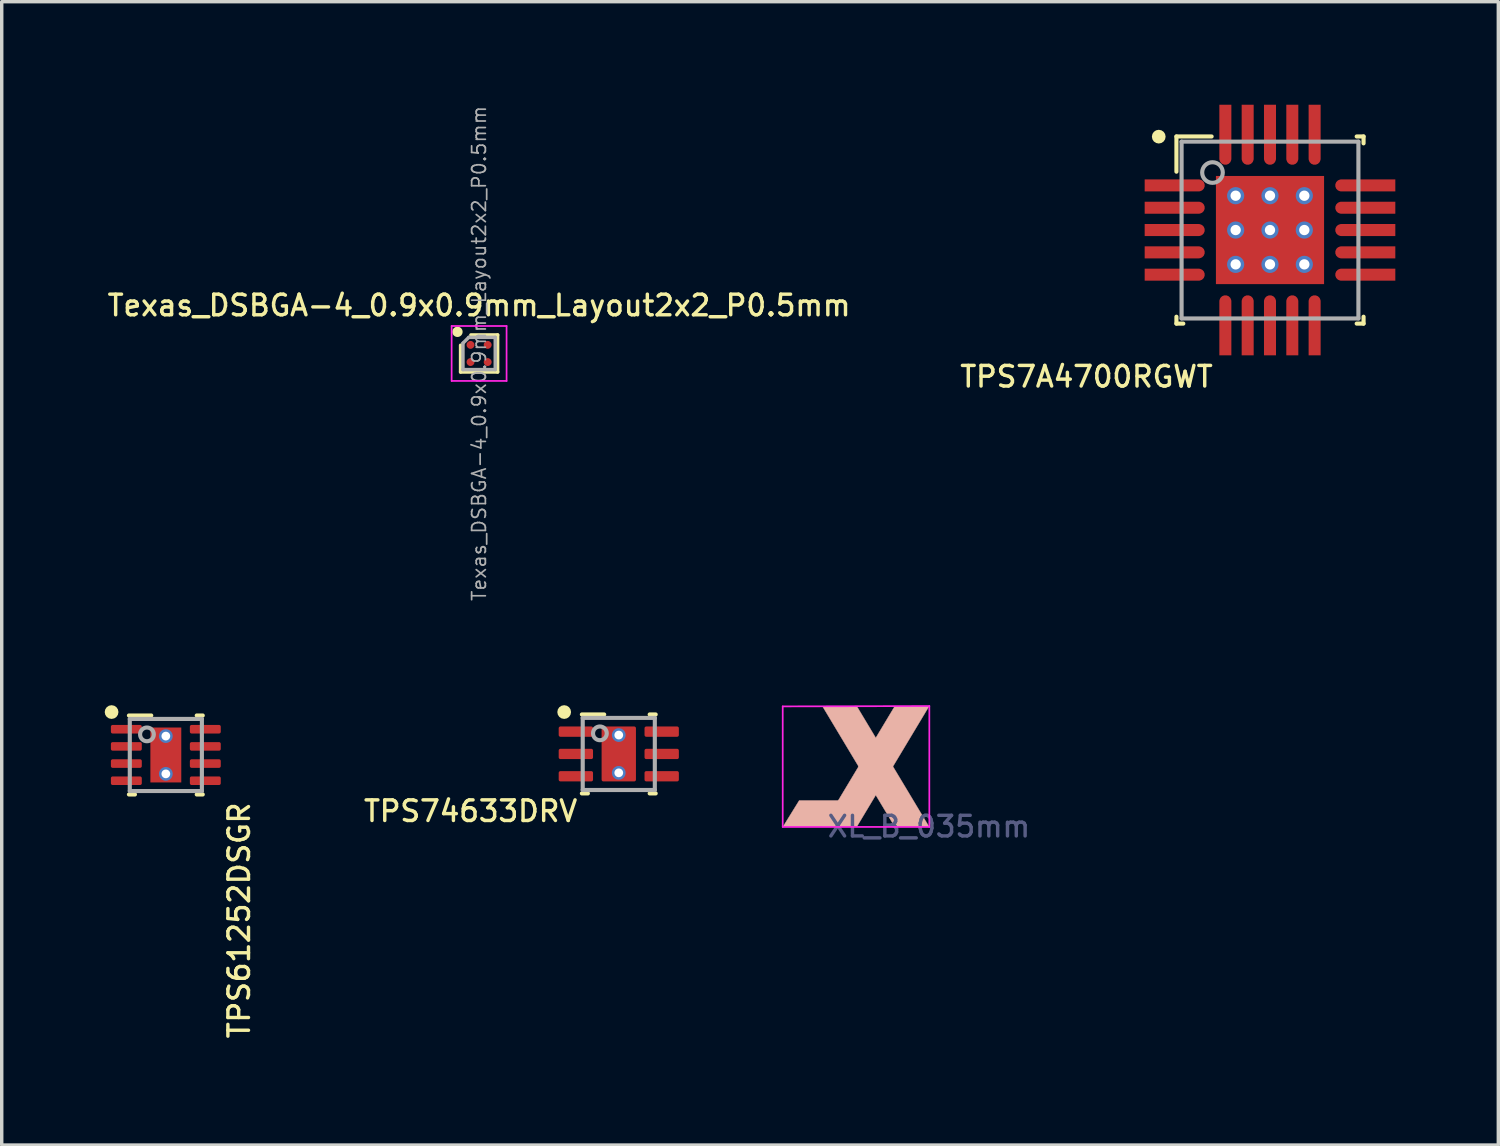
<source format=kicad_pcb>
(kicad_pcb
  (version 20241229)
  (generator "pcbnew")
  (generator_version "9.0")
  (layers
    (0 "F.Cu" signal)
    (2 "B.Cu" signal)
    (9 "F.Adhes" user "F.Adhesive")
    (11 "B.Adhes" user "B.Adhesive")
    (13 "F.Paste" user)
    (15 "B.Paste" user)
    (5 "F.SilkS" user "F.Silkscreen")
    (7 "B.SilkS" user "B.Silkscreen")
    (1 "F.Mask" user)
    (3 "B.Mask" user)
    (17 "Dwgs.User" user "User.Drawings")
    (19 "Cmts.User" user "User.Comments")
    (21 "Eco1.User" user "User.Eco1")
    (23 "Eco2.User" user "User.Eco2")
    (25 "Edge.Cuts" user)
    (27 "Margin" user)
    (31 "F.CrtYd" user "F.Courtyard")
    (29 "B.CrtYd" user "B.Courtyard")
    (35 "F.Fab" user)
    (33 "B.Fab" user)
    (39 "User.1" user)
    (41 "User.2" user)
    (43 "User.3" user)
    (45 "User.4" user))
  (footprint "TPS74633DRV"
    (layer "F.Cu")
    (at 14.972 18.909)
    (property "Reference" "TPS74633DRV" (at -1.15 1.665 180) (layer "F.SilkS") (effects (font (size 0.6 0.6) (thickness 0.1)) (justify right)))
    (attr through_hole)
    (fp_line (start -1.075 -1.15) (end -0.425 -1.15) (stroke (width 0.12) (type solid)) (layer "F.SilkS"))
    (fp_line (start -1.075 1.15) (end -0.9 1.15) (stroke (width 0.12) (type solid)) (layer "F.SilkS"))
    (fp_line (start 0.9 -1.15) (end 1.075 -1.15) (stroke (width 0.12) (type solid)) (layer "F.SilkS"))
    (fp_line (start 0.9 1.15) (end 1.075 1.15) (stroke (width 0.12) (type solid)) (layer "F.SilkS"))
    (fp_circle (center -1.59 -1.22) (end -1.49 -1.22) (stroke (width 0.2) (type solid)) (fill no) (layer "F.SilkS"))
    (fp_line (start -0.427 -0.733) (end -0.427 0.733) (stroke (width 0.152) (type solid)) (layer "F.Paste"))
    (fp_line (start -0.427 0.733) (end 0.427 0.733) (stroke (width 0.152) (type solid)) (layer "F.Paste"))
    (fp_line (start 0.427 -0.733) (end -0.427 -0.733) (stroke (width 0.152) (type solid)) (layer "F.Paste"))
    (fp_line (start 0.427 0.733) (end 0.427 -0.733) (stroke (width 0.152) (type solid)) (layer "F.Paste"))
    (fp_line (start -1.05 -1.05) (end 1.05 -1.05) (stroke (width 0.12) (type solid)) (layer "F.Fab"))
    (fp_line (start -1.05 1.05) (end -1.05 -1.05) (stroke (width 0.12) (type solid)) (layer "F.Fab"))
    (fp_line (start -1.05 1.05) (end 1.05 1.05) (stroke (width 0.12) (type solid)) (layer "F.Fab"))
    (fp_line (start 1.05 1.05) (end 1.05 -1.05) (stroke (width 0.12) (type solid)) (layer "F.Fab"))
    (fp_circle (center -0.55 -0.6) (end -0.35 -0.6) (stroke (width 0.12) (type solid)) (fill no) (layer "F.Fab"))
    (pad "1" smd roundrect (at -1.25 -0.65) (size 1 0.3) (layers "F.Cu" "F.Mask" "F.Paste") (roundrect_rratio 0.167))
    (pad "2" smd roundrect (at -1.25 0) (size 1 0.3) (layers "F.Cu" "F.Mask" "F.Paste") (roundrect_rratio 0.167))
    (pad "3" smd roundrect (at -1.25 0.65) (size 1 0.3) (layers "F.Cu" "F.Mask" "F.Paste") (roundrect_rratio 0.167))
    (pad "4" smd roundrect (at 1.25 0.65) (size 1 0.3) (layers "F.Cu" "F.Mask" "F.Paste") (roundrect_rratio 0.167))
    (pad "5" smd roundrect (at 1.25 0) (size 1 0.3) (layers "F.Cu" "F.Mask" "F.Paste") (roundrect_rratio 0.167))
    (pad "6" smd roundrect (at 1.25 -0.65) (size 1 0.3) (layers "F.Cu" "F.Mask" "F.Paste") (roundrect_rratio 0.167))
    (pad "7" thru_hole circle (at 0 -0.55) (size 0.4 0.4) (drill 0.254) (layers "*.Cu" "*.Mask"))
    (pad "7" smd roundrect (at 0 0) (size 1 1.6) (layers "F.Cu" "F.Mask" "F.Paste") (roundrect_rratio 0.05))
    (pad "7" thru_hole circle (at 0 0.55) (size 0.4 0.4) (drill 0.254) (layers "*.Cu" "*.Mask")))
  (footprint "XL_B_035mm"
    (layer "F.Cu")
    (at 24.007 21.024)
    (property "Reference" "XL_B_035mm" (at 0 0 180) (layer "B.Fab") (effects (font (size 0.6 0.6) (thickness 0.1))))
    (attr through_hole)
    (fp_poly (pts (xy -4.25 0) (xy -2.56 0) (xy -2.56 -0.76) (xy -3.78 -0.76)) (stroke (width 0.01) (type solid)) (fill yes) (layer "B.SilkS"))
    (fp_poly (pts (xy -3.1 0) (xy -2.1 0) (xy 0 -3.5) (xy -1 -3.5)) (stroke (width 0.01) (type solid)) (fill yes) (layer "B.SilkS"))
    (fp_poly (pts (xy 0 0) (xy -1 0) (xy -3.1 -3.5) (xy -2.1 -3.5)) (stroke (width 0.01) (type solid)) (fill yes) (layer "B.SilkS"))
    (fp_line (start -4.26 -3.5) (end 0.01 -3.51) (stroke (width 0.05) (type default)) (layer "F.CrtYd"))
    (fp_line (start -4.26 0.01) (end -4.26 -3.5) (stroke (width 0.05) (type default)) (layer "F.CrtYd"))
    (fp_line (start -4.26 0.01) (end 0.01 0.01) (stroke (width 0.05) (type default)) (layer "F.CrtYd"))
    (fp_line (start 0.01 0.01) (end 0.01 -3.51) (stroke (width 0.05) (type default)) (layer "F.CrtYd")))
  (footprint "Texas_DSBGA-4_0.9x0.9mm_Layout2x2_P0.5mm"
    (layer "F.Cu")
    (at 10.904 7.245)
    (property "Reference" "Texas_DSBGA-4_0.9x0.9mm_Layout2x2_P0.5mm" (at 0 -1.4 0) (layer "F.SilkS") (effects (font (size 0.6 0.6) (thickness 0.1) (bold yes))))
    (attr smd)
    (fp_line (start -0.54 -0.24) (end -0.54 0.54) (stroke (width 0.1) (type solid)) (layer "F.SilkS"))
    (fp_line (start -0.54 0.54) (end 0.54 0.54) (stroke (width 0.1) (type solid)) (layer "F.SilkS"))
    (fp_line (start 0.54 -0.54) (end -0.24 -0.54) (stroke (width 0.1) (type solid)) (layer "F.SilkS"))
    (fp_line (start 0.54 -0.54) (end 0.54 0.54) (stroke (width 0.1) (type solid)) (layer "F.SilkS"))
    (fp_circle (center -0.63 -0.63) (end -0.53 -0.63) (stroke (width 0.1) (type solid)) (fill yes) (layer "F.SilkS"))
    (fp_line (start -0.8 -0.8) (end -0.8 0.8) (stroke (width 0.05) (type solid)) (layer "F.CrtYd"))
    (fp_line (start -0.8 -0.8) (end 0.8 -0.8) (stroke (width 0.05) (type solid)) (layer "F.CrtYd"))
    (fp_line (start 0.8 0.8) (end -0.8 0.8) (stroke (width 0.05) (type solid)) (layer "F.CrtYd"))
    (fp_line (start 0.8 0.8) (end 0.8 -0.8) (stroke (width 0.05) (type solid)) (layer "F.CrtYd"))
    (fp_line (start -0.47 -0.3) (end -0.47 0.47) (stroke (width 0.1) (type solid)) (layer "F.Fab"))
    (fp_line (start -0.47 -0.3) (end -0.3 -0.47) (stroke (width 0.1) (type solid)) (layer "F.Fab"))
    (fp_line (start -0.47 0.47) (end 0.47 0.47) (stroke (width 0.1) (type solid)) (layer "F.Fab"))
    (fp_line (start 0.47 -0.47) (end -0.3 -0.47) (stroke (width 0.1) (type solid)) (layer "F.Fab"))
    (fp_line (start 0.47 0.47) (end 0.47 -0.47) (stroke (width 0.1) (type solid)) (layer "F.Fab"))
    (fp_text user "${REFERENCE}" (at 0 0 90) (layer "F.Fab") (effects (font (size 0.4 0.4) (thickness 0.05))))
    (pad "" smd roundrect (at -0.25 -0.25) (size 0.25 0.25) (layers "F.Paste") (roundrect_rratio 0.2))
    (pad "" smd roundrect (at -0.25 0.25) (size 0.25 0.25) (layers "F.Paste") (roundrect_rratio 0.2))
    (pad "" smd roundrect (at 0.25 -0.25) (size 0.25 0.25) (layers "F.Paste") (roundrect_rratio 0.2))
    (pad "" smd roundrect (at 0.25 0.25) (size 0.25 0.25) (layers "F.Paste") (roundrect_rratio 0.2))
    (pad "A1" smd circle (at -0.25 -0.25) (size 0.23 0.23) (property pad_prop_bga) (layers "F.Cu" "F.Mask"))
    (pad "A2" smd circle (at 0.25 -0.25) (size 0.23 0.23) (property pad_prop_bga) (layers "F.Cu" "F.Mask"))
    (pad "B1" smd circle (at -0.25 0.25) (size 0.23 0.23) (property pad_prop_bga) (layers "F.Cu" "F.Mask"))
    (pad "B2" smd circle (at 0.25 0.25) (size 0.23 0.23) (property pad_prop_bga) (layers "F.Cu" "F.Mask")))
  (footprint "TPS7A4700RGWT"
    (layer "F.Cu")
    (at 33.939 3.65)
    (property "Reference" "TPS7A4700RGWT" (at -1.607 4.27 180) (layer "F.SilkS") (effects (font (size 0.6 0.6) (thickness 0.1)) (justify right)))
    (attr through_hole)
    (fp_line (start -2.725 -2.725) (end -1.7 -2.725) (stroke (width 0.12) (type solid)) (layer "F.SilkS"))
    (fp_line (start -2.725 -1.7) (end -2.725 -2.725) (stroke (width 0.12) (type solid)) (layer "F.SilkS"))
    (fp_line (start -2.725 2.725) (end -2.725 2.525) (stroke (width 0.12) (type solid)) (layer "F.SilkS"))
    (fp_line (start -2.725 2.725) (end -2.525 2.725) (stroke (width 0.12) (type solid)) (layer "F.SilkS"))
    (fp_line (start 2.525 -2.725) (end 2.725 -2.725) (stroke (width 0.12) (type solid)) (layer "F.SilkS"))
    (fp_line (start 2.525 2.725) (end 2.725 2.725) (stroke (width 0.12) (type solid)) (layer "F.SilkS"))
    (fp_line (start 2.725 -2.525) (end 2.725 -2.725) (stroke (width 0.12) (type solid)) (layer "F.SilkS"))
    (fp_line (start 2.725 2.725) (end 2.725 2.525) (stroke (width 0.12) (type solid)) (layer "F.SilkS"))
    (fp_circle (center -3.24 -2.72) (end -3.14 -2.72) (stroke (width 0.2) (type solid)) (fill no) (layer "F.SilkS"))
    (fp_line (start -2.575 -2.575) (end 2.575 -2.575) (stroke (width 0.12) (type solid)) (layer "F.Fab"))
    (fp_line (start -2.575 2.575) (end -2.575 -2.575) (stroke (width 0.12) (type solid)) (layer "F.Fab"))
    (fp_line (start -2.575 2.575) (end 2.575 2.575) (stroke (width 0.12) (type solid)) (layer "F.Fab"))
    (fp_line (start 2.575 2.575) (end 2.575 -2.575) (stroke (width 0.12) (type solid)) (layer "F.Fab"))
    (fp_circle (center -1.675 -1.675) (end -1.375 -1.675) (stroke (width 0.12) (type solid)) (fill no) (layer "F.Fab"))
    (pad "1" smd custom (at -2.4 -1.3 270) (size 0.35 0.35) (layers "F.Cu" "F.Mask" "F.Paste") (options (anchor circle)) (primitives (gr_line (start 0 -0.325) (end 0 0.325) (width 0.35)) (gr_poly (pts (xy 0.175 1.25) (xy -0.175 1.25) (xy -0.175 0.15) (xy 0.175 0.15)) (width 0) (fill yes))))
    (pad "2" smd custom (at -2.4 -0.65 270) (size 0.35 0.35) (layers "F.Cu" "F.Mask" "F.Paste") (options (anchor circle)) (primitives (gr_line (start 0 -0.325) (end 0 0.325) (width 0.35)) (gr_poly (pts (xy 0.175 1.25) (xy -0.175 1.25) (xy -0.175 0.15) (xy 0.175 0.15)) (width 0) (fill yes))))
    (pad "3" smd custom (at -2.4 0 270) (size 0.35 0.35) (layers "F.Cu" "F.Mask" "F.Paste") (options (anchor circle)) (primitives (gr_line (start 0 -0.325) (end 0 0.325) (width 0.35)) (gr_poly (pts (xy 0.175 1.25) (xy -0.175 1.25) (xy -0.175 0.15) (xy 0.175 0.15)) (width 0) (fill yes))))
    (pad "4" smd custom (at -2.4 0.65 270) (size 0.35 0.35) (layers "F.Cu" "F.Mask" "F.Paste") (options (anchor circle)) (primitives (gr_line (start 0 -0.325) (end 0 0.325) (width 0.35)) (gr_poly (pts (xy 0.175 1.25) (xy -0.175 1.25) (xy -0.175 0.15) (xy 0.175 0.15)) (width 0) (fill yes))))
    (pad "5" smd custom (at -2.4 1.3 270) (size 0.35 0.35) (layers "F.Cu" "F.Mask" "F.Paste") (options (anchor circle)) (primitives (gr_line (start 0 -0.325) (end 0 0.325) (width 0.35)) (gr_poly (pts (xy 0.175 1.25) (xy -0.175 1.25) (xy -0.175 0.15) (xy 0.175 0.15)) (width 0) (fill yes))))
    (pad "6" smd custom (at -1.3 2.4) (size 0.35 0.35) (layers "F.Cu" "F.Mask" "F.Paste") (options (anchor circle)) (primitives (gr_line (start 0 -0.325) (end 0 0.325) (width 0.35)) (gr_poly (pts (xy 0.175 1.25) (xy -0.175 1.25) (xy -0.175 0.15) (xy 0.175 0.15)) (width 0) (fill yes))))
    (pad "7" smd custom (at -0.65 2.4) (size 0.35 0.35) (layers "F.Cu" "F.Mask" "F.Paste") (options (anchor circle)) (primitives (gr_line (start 0 -0.325) (end 0 0.325) (width 0.35)) (gr_poly (pts (xy 0.175 1.25) (xy -0.175 1.25) (xy -0.175 0.15) (xy 0.175 0.15)) (width 0) (fill yes))))
    (pad "8" smd custom (at 0 2.4) (size 0.35 0.35) (layers "F.Cu" "F.Mask" "F.Paste") (options (anchor circle)) (primitives (gr_line (start 0 -0.325) (end 0 0.325) (width 0.35)) (gr_poly (pts (xy 0.175 1.25) (xy -0.175 1.25) (xy -0.175 0.15) (xy 0.175 0.15)) (width 0) (fill yes))))
    (pad "9" smd custom (at 0.65 2.4) (size 0.35 0.35) (layers "F.Cu" "F.Mask" "F.Paste") (options (anchor circle)) (primitives (gr_line (start 0 -0.325) (end 0 0.325) (width 0.35)) (gr_poly (pts (xy 0.175 1.25) (xy -0.175 1.25) (xy -0.175 0.15) (xy 0.175 0.15)) (width 0) (fill yes))))
    (pad "10" smd custom (at 1.3 2.4) (size 0.35 0.35) (layers "F.Cu" "F.Mask" "F.Paste") (options (anchor circle)) (primitives (gr_line (start 0 -0.325) (end 0 0.325) (width 0.35)) (gr_poly (pts (xy 0.175 1.25) (xy -0.175 1.25) (xy -0.175 0.15) (xy 0.175 0.15)) (width 0) (fill yes))))
    (pad "11" smd custom (at 2.4 1.3 90) (size 0.35 0.35) (layers "F.Cu" "F.Mask" "F.Paste") (options (anchor circle)) (primitives (gr_line (start 0 -0.325) (end 0 0.325) (width 0.35)) (gr_poly (pts (xy 0.175 1.25) (xy -0.175 1.25) (xy -0.175 0.15) (xy 0.175 0.15)) (width 0) (fill yes))))
    (pad "12" smd custom (at 2.4 0.65 90) (size 0.35 0.35) (layers "F.Cu" "F.Mask" "F.Paste") (options (anchor circle)) (primitives (gr_line (start 0 -0.325) (end 0 0.325) (width 0.35)) (gr_poly (pts (xy 0.175 1.25) (xy -0.175 1.25) (xy -0.175 0.15) (xy 0.175 0.15)) (width 0) (fill yes))))
    (pad "13" smd custom (at 2.4 0 90) (size 0.35 0.35) (layers "F.Cu" "F.Mask" "F.Paste") (options (anchor circle)) (primitives (gr_line (start 0 -0.325) (end 0 0.325) (width 0.35)) (gr_poly (pts (xy 0.175 1.25) (xy -0.175 1.25) (xy -0.175 0.15) (xy 0.175 0.15)) (width 0) (fill yes))))
    (pad "14" smd custom (at 2.4 -0.65 90) (size 0.35 0.35) (layers "F.Cu" "F.Mask" "F.Paste") (options (anchor circle)) (primitives (gr_line (start 0 -0.325) (end 0 0.325) (width 0.35)) (gr_poly (pts (xy 0.175 1.25) (xy -0.175 1.25) (xy -0.175 0.15) (xy 0.175 0.15)) (width 0) (fill yes))))
    (pad "15" smd custom (at 2.4 -1.3 90) (size 0.35 0.35) (layers "F.Cu" "F.Mask" "F.Paste") (options (anchor circle)) (primitives (gr_line (start 0 -0.325) (end 0 0.325) (width 0.35)) (gr_poly (pts (xy 0.175 1.25) (xy -0.175 1.25) (xy -0.175 0.15) (xy 0.175 0.15)) (width 0) (fill yes))))
    (pad "16" smd custom (at 1.3 -2.4 180) (size 0.35 0.35) (layers "F.Cu" "F.Mask" "F.Paste") (options (anchor circle)) (primitives (gr_line (start 0 -0.325) (end 0 0.325) (width 0.35)) (gr_poly (pts (xy 0.175 1.25) (xy -0.175 1.25) (xy -0.175 0.15) (xy 0.175 0.15)) (width 0) (fill yes))))
    (pad "17" smd custom (at 0.65 -2.4 180) (size 0.35 0.35) (layers "F.Cu" "F.Mask" "F.Paste") (options (anchor circle)) (primitives (gr_line (start 0 -0.325) (end 0 0.325) (width 0.35)) (gr_poly (pts (xy 0.175 1.25) (xy -0.175 1.25) (xy -0.175 0.15) (xy 0.175 0.15)) (width 0) (fill yes))))
    (pad "18" smd custom (at 0 -2.4 180) (size 0.35 0.35) (layers "F.Cu" "F.Mask" "F.Paste") (options (anchor circle)) (primitives (gr_line (start 0 -0.325) (end 0 0.325) (width 0.35)) (gr_poly (pts (xy 0.175 1.25) (xy -0.175 1.25) (xy -0.175 0.15) (xy 0.175 0.15)) (width 0) (fill yes))))
    (pad "19" smd custom (at -0.65 -2.4 180) (size 0.35 0.35) (layers "F.Cu" "F.Mask" "F.Paste") (options (anchor circle)) (primitives (gr_line (start 0 -0.325) (end 0 0.325) (width 0.35)) (gr_poly (pts (xy 0.175 1.25) (xy -0.175 1.25) (xy -0.175 0.15) (xy 0.175 0.15)) (width 0) (fill yes))))
    (pad "20" smd custom (at -1.3 -2.4 180) (size 0.35 0.35) (layers "F.Cu" "F.Mask" "F.Paste") (options (anchor circle)) (primitives (gr_line (start 0 -0.325) (end 0 0.325) (width 0.35)) (gr_poly (pts (xy 0.175 1.25) (xy -0.175 1.25) (xy -0.175 0.15) (xy 0.175 0.15)) (width 0) (fill yes))))
    (pad "21" thru_hole circle (at -1 -1 270) (size 0.5 0.5) (drill 0.3) (layers "*.Cu" "*.Mask"))
    (pad "21" thru_hole circle (at -1 0 270) (size 0.5 0.5) (drill 0.3) (layers "*.Cu" "*.Mask"))
    (pad "21" thru_hole circle (at -1 1 270) (size 0.5 0.5) (drill 0.3) (layers "*.Cu" "*.Mask"))
    (pad "21" thru_hole circle (at 0 -1 270) (size 0.5 0.5) (drill 0.3) (layers "*.Cu" "*.Mask"))
    (pad "21" thru_hole circle (at 0 0 270) (size 0.5 0.5) (drill 0.3) (layers "*.Cu" "*.Mask"))
    (pad "21" smd rect (at 0 0) (size 3.15 3.15) (layers "F.Cu" "F.Mask" "F.Paste"))
    (pad "21" thru_hole circle (at 0 1 270) (size 0.5 0.5) (drill 0.3) (layers "*.Cu" "*.Mask"))
    (pad "21" thru_hole circle (at 1 -1 270) (size 0.5 0.5) (drill 0.3) (layers "*.Cu" "*.Mask"))
    (pad "21" thru_hole circle (at 1 0 270) (size 0.5 0.5) (drill 0.3) (layers "*.Cu" "*.Mask"))
    (pad "21" thru_hole circle (at 1 1 270) (size 0.5 0.5) (drill 0.3) (layers "*.Cu" "*.Mask")))
  (footprint "TPS61252DSGR"
    (layer "F.Cu")
    (at 1.78 18.939)
    (property "Reference" "TPS61252DSGR" (at 2.135 1.323 270) (layer "F.SilkS") (effects (font (size 0.6 0.6) (thickness 0.1)) (justify right)))
    (attr through_hole)
    (fp_line (start -1.075 -1.15) (end -0.425 -1.15) (stroke (width 0.12) (type solid)) (layer "F.SilkS"))
    (fp_line (start -1.075 1.15) (end -0.9 1.15) (stroke (width 0.12) (type solid)) (layer "F.SilkS"))
    (fp_line (start 0.9 -1.15) (end 1.075 -1.15) (stroke (width 0.12) (type solid)) (layer "F.SilkS"))
    (fp_line (start 0.9 1.15) (end 1.075 1.15) (stroke (width 0.12) (type solid)) (layer "F.SilkS"))
    (fp_circle (center -1.58 -1.25) (end -1.48 -1.25) (stroke (width 0.2) (type solid)) (fill no) (layer "F.SilkS"))
    (fp_line (start -1.05 -1.05) (end 1.05 -1.05) (stroke (width 0.12) (type solid)) (layer "F.Fab"))
    (fp_line (start -1.05 1.05) (end -1.05 -1.05) (stroke (width 0.12) (type solid)) (layer "F.Fab"))
    (fp_line (start -1.05 1.05) (end 1.05 1.05) (stroke (width 0.12) (type solid)) (layer "F.Fab"))
    (fp_line (start 1.05 1.05) (end 1.05 -1.05) (stroke (width 0.12) (type solid)) (layer "F.Fab"))
    (fp_circle (center -0.55 -0.6) (end -0.35 -0.6) (stroke (width 0.12) (type solid)) (fill no) (layer "F.Fab"))
    (pad "1" smd roundrect (at -1.15 -0.75 90) (size 0.25 0.9) (layers "F.Cu" "F.Mask" "F.Paste") (roundrect_rratio 0.2))
    (pad "2" smd roundrect (at -1.15 -0.25 90) (size 0.25 0.9) (layers "F.Cu" "F.Mask" "F.Paste") (roundrect_rratio 0.2))
    (pad "3" smd roundrect (at -1.15 0.25 90) (size 0.25 0.9) (layers "F.Cu" "F.Mask" "F.Paste") (roundrect_rratio 0.2))
    (pad "4" smd roundrect (at -1.15 0.75 90) (size 0.25 0.9) (layers "F.Cu" "F.Mask" "F.Paste") (roundrect_rratio 0.2))
    (pad "5" smd roundrect (at 1.15 0.75 90) (size 0.25 0.9) (layers "F.Cu" "F.Mask" "F.Paste") (roundrect_rratio 0.2))
    (pad "6" smd roundrect (at 1.15 0.25 90) (size 0.25 0.9) (layers "F.Cu" "F.Mask" "F.Paste") (roundrect_rratio 0.2))
    (pad "7" smd roundrect (at 1.15 -0.25 90) (size 0.25 0.9) (layers "F.Cu" "F.Mask" "F.Paste") (roundrect_rratio 0.2))
    (pad "8" smd roundrect (at 1.15 -0.75 90) (size 0.25 0.9) (layers "F.Cu" "F.Mask" "F.Paste") (roundrect_rratio 0.2))
    (pad "9" thru_hole circle (at 0 -0.55) (size 0.4 0.4) (drill 0.254) (layers "*.Cu" "*.Mask"))
    (pad "9" smd rect (at 0 0) (size 0.9 1.6) (layers "F.Cu" "F.Mask" "F.Paste"))
    (pad "9" thru_hole circle (at 0 0.55) (size 0.4 0.4) (drill 0.254) (layers "*.Cu" "*.Mask")))
  (gr_rect
    (start -3 -3)
    (end 40.589 30.299)
    (stroke (width 0.1) (type default))
    (fill no)
    (layer "Edge.Cuts")))
</source>
